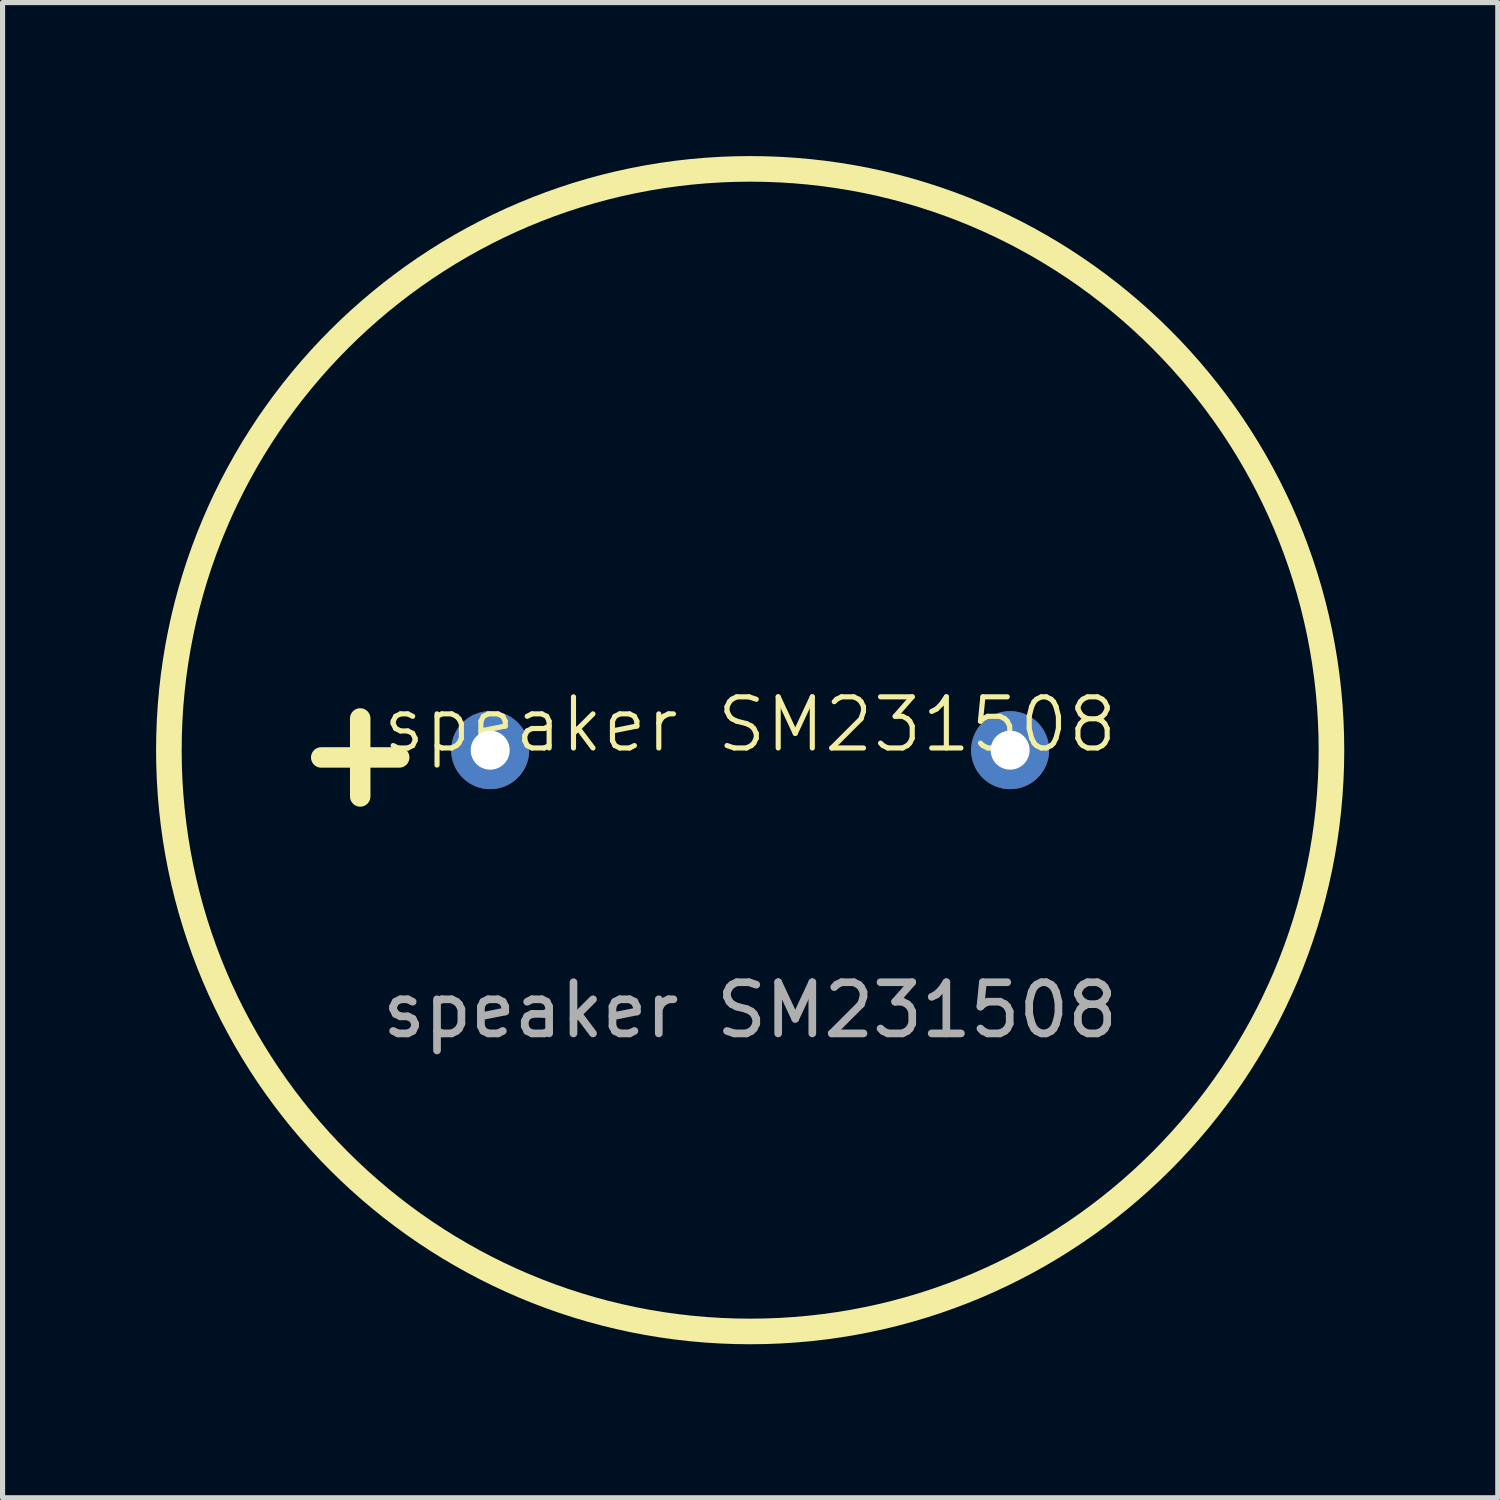
<source format=kicad_pcb>
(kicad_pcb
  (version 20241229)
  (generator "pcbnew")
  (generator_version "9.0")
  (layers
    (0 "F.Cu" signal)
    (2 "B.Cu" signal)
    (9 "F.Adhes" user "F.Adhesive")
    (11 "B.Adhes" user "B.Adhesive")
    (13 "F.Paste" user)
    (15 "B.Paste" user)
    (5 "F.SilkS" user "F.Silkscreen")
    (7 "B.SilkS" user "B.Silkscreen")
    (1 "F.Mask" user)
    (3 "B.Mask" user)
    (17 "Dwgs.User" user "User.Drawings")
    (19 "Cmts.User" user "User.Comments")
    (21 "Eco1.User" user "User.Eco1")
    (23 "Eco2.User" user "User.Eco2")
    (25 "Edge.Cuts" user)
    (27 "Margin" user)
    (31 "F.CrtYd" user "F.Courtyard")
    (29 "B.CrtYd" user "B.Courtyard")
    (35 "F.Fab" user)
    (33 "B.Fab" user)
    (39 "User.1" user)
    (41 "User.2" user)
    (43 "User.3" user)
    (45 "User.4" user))
  (footprint "speaker SM231508"
    (layer "F.Cu")
    (at 11.609 11.609)
    (property "Reference" "speaker SM231508" (at 0 -0.5 0) (unlocked yes) (layer "F.SilkS") (effects (font (size 1 1) (thickness 0.1))))
    (attr through_hole)
    (fp_circle (center 0 0) (end 11.359 0) (stroke (width 0.5) (type default)) (fill no) (layer "F.SilkS"))
    (fp_text user "+" (at -7.62 0 0) (unlocked yes) (layer "F.SilkS") (effects (font (size 2 2) (thickness 0.4) (bold yes))))
    (fp_text user "${REFERENCE}" (at 0 5.08 0) (unlocked yes) (layer "F.Fab") (effects (font (size 1 1) (thickness 0.15))))
    (pad "1" thru_hole circle (at -5.08 0) (size 1.524 1.524) (drill 0.762) (layers "*.Cu" "*.Mask"))
    (pad "2" thru_hole circle (at 5.08 0) (size 1.524 1.524) (drill 0.762) (layers "*.Cu" "*.Mask")))
  (gr_rect
    (start -3 -3)
    (end 26.218 26.218)
    (stroke (width 0.1) (type default))
    (fill no)
    (layer "Edge.Cuts")))
</source>
